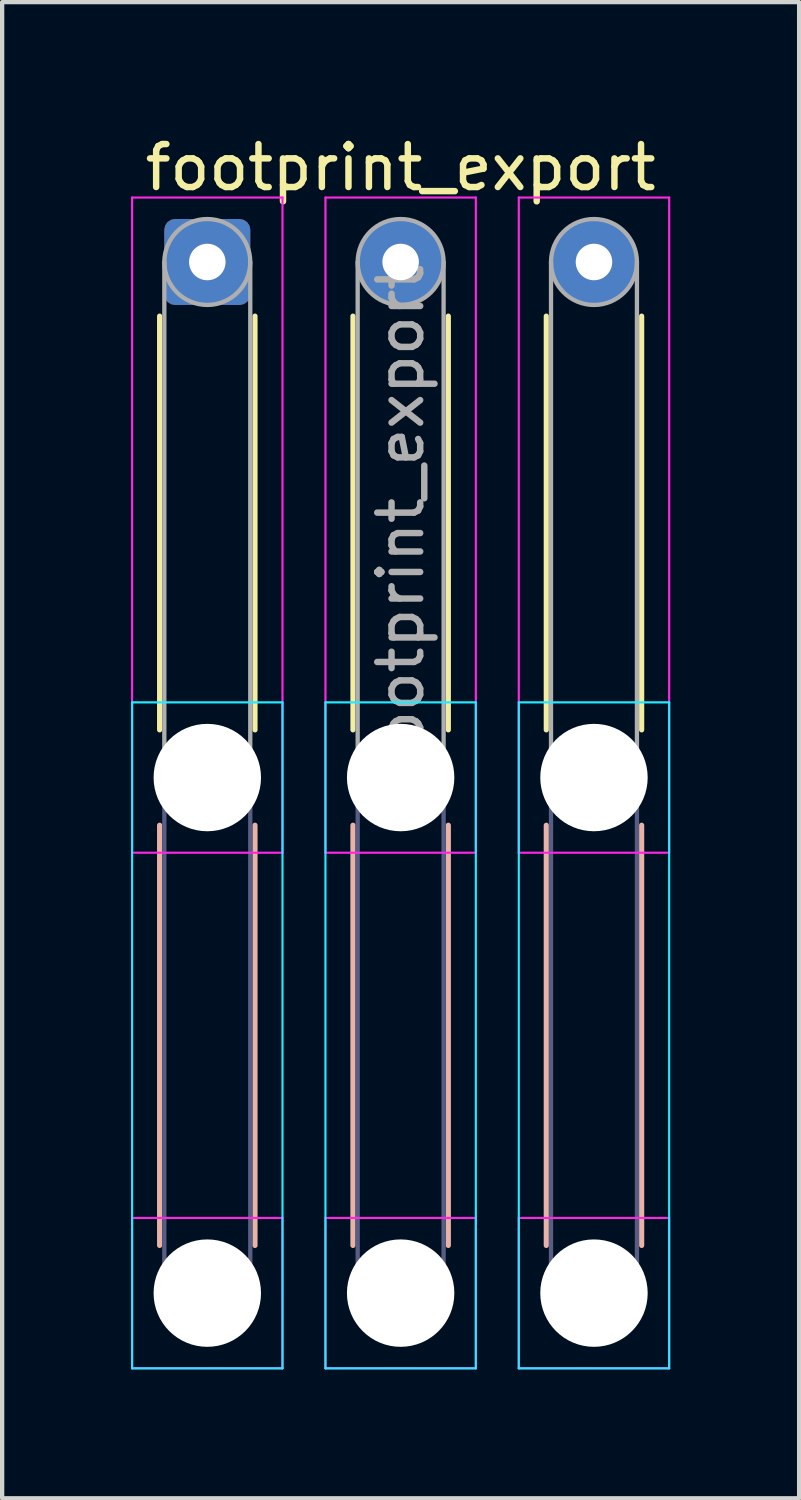
<source format=kicad_pcb>
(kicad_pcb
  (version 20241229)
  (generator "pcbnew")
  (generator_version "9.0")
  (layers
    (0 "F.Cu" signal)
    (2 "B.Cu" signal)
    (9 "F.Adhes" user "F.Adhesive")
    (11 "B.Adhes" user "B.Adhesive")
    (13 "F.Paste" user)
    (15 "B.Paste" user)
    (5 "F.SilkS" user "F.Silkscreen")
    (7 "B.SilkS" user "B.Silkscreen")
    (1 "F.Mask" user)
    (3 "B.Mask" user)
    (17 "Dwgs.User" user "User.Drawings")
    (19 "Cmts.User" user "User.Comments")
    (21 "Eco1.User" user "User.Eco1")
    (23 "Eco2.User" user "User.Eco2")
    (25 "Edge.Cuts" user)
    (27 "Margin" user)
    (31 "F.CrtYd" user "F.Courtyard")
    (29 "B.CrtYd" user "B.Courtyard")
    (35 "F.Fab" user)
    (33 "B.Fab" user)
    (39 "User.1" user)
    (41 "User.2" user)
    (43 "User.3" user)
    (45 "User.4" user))
  (footprint "footprint_export"
    (layer "F.Cu")
    (at 1.775 3.048)
    (property "Reference" "footprint_export" (at 4.5 -2.2 0) (layer "F.SilkS") (effects (font (size 1 1) (thickness 0.15))))
    (attr exclude_from_pos_files exclude_from_bom)
    (fp_line (start -1.11 1.26) (end -1.11 10.89) (stroke (width 0.12) (type solid)) (layer "F.SilkS"))
    (fp_line (start 1.11 1.26) (end 1.11 10.89) (stroke (width 0.12) (type solid)) (layer "F.SilkS"))
    (fp_line (start 3.39 1.26) (end 3.39 10.89) (stroke (width 0.12) (type solid)) (layer "F.SilkS"))
    (fp_line (start 5.61 1.26) (end 5.61 10.89) (stroke (width 0.12) (type solid)) (layer "F.SilkS"))
    (fp_line (start 7.89 1.26) (end 7.89 10.89) (stroke (width 0.12) (type solid)) (layer "F.SilkS"))
    (fp_line (start 10.11 1.26) (end 10.11 10.89) (stroke (width 0.12) (type solid)) (layer "F.SilkS"))
    (fp_line (start -1.11 13.11) (end -1.11 22.89) (stroke (width 0.12) (type solid)) (layer "B.SilkS"))
    (fp_line (start 1.11 13.11) (end 1.11 22.89) (stroke (width 0.12) (type solid)) (layer "B.SilkS"))
    (fp_line (start 3.39 13.11) (end 3.39 22.89) (stroke (width 0.12) (type solid)) (layer "B.SilkS"))
    (fp_line (start 5.61 13.11) (end 5.61 22.89) (stroke (width 0.12) (type solid)) (layer "B.SilkS"))
    (fp_line (start 7.89 13.11) (end 7.89 22.89) (stroke (width 0.12) (type solid)) (layer "B.SilkS"))
    (fp_line (start 10.11 13.11) (end 10.11 22.89) (stroke (width 0.12) (type solid)) (layer "B.SilkS"))
    (fp_line (start -1.75 10.25) (end -1.75 25.75) (stroke (width 0.05) (type solid)) (layer "B.CrtYd"))
    (fp_line (start -1.75 25.75) (end 1.75 25.75) (stroke (width 0.05) (type solid)) (layer "B.CrtYd"))
    (fp_line (start 1.75 10.25) (end -1.75 10.25) (stroke (width 0.05) (type solid)) (layer "B.CrtYd"))
    (fp_line (start 1.75 25.75) (end 1.75 10.25) (stroke (width 0.05) (type solid)) (layer "B.CrtYd"))
    (fp_line (start 2.75 10.25) (end 2.75 25.75) (stroke (width 0.05) (type solid)) (layer "B.CrtYd"))
    (fp_line (start 2.75 25.75) (end 6.25 25.75) (stroke (width 0.05) (type solid)) (layer "B.CrtYd"))
    (fp_line (start 6.25 10.25) (end 2.75 10.25) (stroke (width 0.05) (type solid)) (layer "B.CrtYd"))
    (fp_line (start 6.25 25.75) (end 6.25 10.25) (stroke (width 0.05) (type solid)) (layer "B.CrtYd"))
    (fp_line (start 7.25 10.25) (end 7.25 25.75) (stroke (width 0.05) (type solid)) (layer "B.CrtYd"))
    (fp_line (start 7.25 25.75) (end 10.75 25.75) (stroke (width 0.05) (type solid)) (layer "B.CrtYd"))
    (fp_line (start 10.75 10.25) (end 7.25 10.25) (stroke (width 0.05) (type solid)) (layer "B.CrtYd"))
    (fp_line (start 10.75 25.75) (end 10.75 10.25) (stroke (width 0.05) (type solid)) (layer "B.CrtYd"))
    (fp_line (start -1.75 -1.5) (end -1.75 13.75) (stroke (width 0.05) (type solid)) (layer "F.CrtYd"))
    (fp_line (start -1.75 13.75) (end 1.75 13.75) (stroke (width 0.05) (type solid)) (layer "F.CrtYd"))
    (fp_line (start -1.75 22.25) (end -1.75 25.75) (stroke (width 0.05) (type solid)) (layer "F.CrtYd"))
    (fp_line (start -1.75 25.75) (end 1.75 25.75) (stroke (width 0.05) (type solid)) (layer "F.CrtYd"))
    (fp_line (start 1.75 -1.5) (end -1.75 -1.5) (stroke (width 0.05) (type solid)) (layer "F.CrtYd"))
    (fp_line (start 1.75 13.75) (end 1.75 -1.5) (stroke (width 0.05) (type solid)) (layer "F.CrtYd"))
    (fp_line (start 1.75 22.25) (end -1.75 22.25) (stroke (width 0.05) (type solid)) (layer "F.CrtYd"))
    (fp_line (start 1.75 25.75) (end 1.75 22.25) (stroke (width 0.05) (type solid)) (layer "F.CrtYd"))
    (fp_line (start 2.75 -1.5) (end 2.75 13.75) (stroke (width 0.05) (type solid)) (layer "F.CrtYd"))
    (fp_line (start 2.75 13.75) (end 6.25 13.75) (stroke (width 0.05) (type solid)) (layer "F.CrtYd"))
    (fp_line (start 2.75 22.25) (end 2.75 25.75) (stroke (width 0.05) (type solid)) (layer "F.CrtYd"))
    (fp_line (start 2.75 25.75) (end 6.25 25.75) (stroke (width 0.05) (type solid)) (layer "F.CrtYd"))
    (fp_line (start 6.25 -1.5) (end 2.75 -1.5) (stroke (width 0.05) (type solid)) (layer "F.CrtYd"))
    (fp_line (start 6.25 13.75) (end 6.25 -1.5) (stroke (width 0.05) (type solid)) (layer "F.CrtYd"))
    (fp_line (start 6.25 22.25) (end 2.75 22.25) (stroke (width 0.05) (type solid)) (layer "F.CrtYd"))
    (fp_line (start 6.25 25.75) (end 6.25 22.25) (stroke (width 0.05) (type solid)) (layer "F.CrtYd"))
    (fp_line (start 7.25 -1.5) (end 7.25 13.75) (stroke (width 0.05) (type solid)) (layer "F.CrtYd"))
    (fp_line (start 7.25 13.75) (end 10.75 13.75) (stroke (width 0.05) (type solid)) (layer "F.CrtYd"))
    (fp_line (start 7.25 22.25) (end 7.25 25.75) (stroke (width 0.05) (type solid)) (layer "F.CrtYd"))
    (fp_line (start 7.25 25.75) (end 10.75 25.75) (stroke (width 0.05) (type solid)) (layer "F.CrtYd"))
    (fp_line (start 10.75 -1.5) (end 7.25 -1.5) (stroke (width 0.05) (type solid)) (layer "F.CrtYd"))
    (fp_line (start 10.75 13.75) (end 10.75 -1.5) (stroke (width 0.05) (type solid)) (layer "F.CrtYd"))
    (fp_line (start 10.75 22.25) (end 7.25 22.25) (stroke (width 0.05) (type solid)) (layer "F.CrtYd"))
    (fp_line (start 10.75 25.75) (end 10.75 22.25) (stroke (width 0.05) (type solid)) (layer "F.CrtYd"))
    (fp_line (start -1 12) (end -1 24) (stroke (width 0.1) (type solid)) (layer "B.Fab"))
    (fp_line (start 1 12) (end 1 24) (stroke (width 0.1) (type solid)) (layer "B.Fab"))
    (fp_line (start 3.5 12) (end 3.5 24) (stroke (width 0.1) (type solid)) (layer "B.Fab"))
    (fp_line (start 5.5 12) (end 5.5 24) (stroke (width 0.1) (type solid)) (layer "B.Fab"))
    (fp_line (start 8 12) (end 8 24) (stroke (width 0.1) (type solid)) (layer "B.Fab"))
    (fp_line (start 10 12) (end 10 24) (stroke (width 0.1) (type solid)) (layer "B.Fab"))
    (fp_circle (center 0 12) (end 1 12) (stroke (width 0.1) (type solid)) (fill no) (layer "B.Fab"))
    (fp_circle (center 0 24) (end 1 24) (stroke (width 0.1) (type solid)) (fill no) (layer "B.Fab"))
    (fp_circle (center 4.5 12) (end 5.5 12) (stroke (width 0.1) (type solid)) (fill no) (layer "B.Fab"))
    (fp_circle (center 4.5 24) (end 5.5 24) (stroke (width 0.1) (type solid)) (fill no) (layer "B.Fab"))
    (fp_circle (center 9 12) (end 10 12) (stroke (width 0.1) (type solid)) (fill no) (layer "B.Fab"))
    (fp_circle (center 9 24) (end 10 24) (stroke (width 0.1) (type solid)) (fill no) (layer "B.Fab"))
    (fp_line (start -1 0) (end -1 12) (stroke (width 0.1) (type solid)) (layer "F.Fab"))
    (fp_line (start 1 0) (end 1 12) (stroke (width 0.1) (type solid)) (layer "F.Fab"))
    (fp_line (start 3.5 0) (end 3.5 12) (stroke (width 0.1) (type solid)) (layer "F.Fab"))
    (fp_line (start 5.5 0) (end 5.5 12) (stroke (width 0.1) (type solid)) (layer "F.Fab"))
    (fp_line (start 8 0) (end 8 12) (stroke (width 0.1) (type solid)) (layer "F.Fab"))
    (fp_line (start 10 0) (end 10 12) (stroke (width 0.1) (type solid)) (layer "F.Fab"))
    (fp_circle (center 0 0) (end 1 0) (stroke (width 0.1) (type solid)) (fill no) (layer "F.Fab"))
    (fp_circle (center 0 12) (end 1 12) (stroke (width 0.1) (type solid)) (fill no) (layer "F.Fab"))
    (fp_circle (center 0 24) (end 1 24) (stroke (width 0.1) (type solid)) (fill no) (layer "F.Fab"))
    (fp_circle (center 4.5 0) (end 5.5 0) (stroke (width 0.1) (type solid)) (fill no) (layer "F.Fab"))
    (fp_circle (center 4.5 12) (end 5.5 12) (stroke (width 0.1) (type solid)) (fill no) (layer "F.Fab"))
    (fp_circle (center 4.5 24) (end 5.5 24) (stroke (width 0.1) (type solid)) (fill no) (layer "F.Fab"))
    (fp_circle (center 9 0) (end 10 0) (stroke (width 0.1) (type solid)) (fill no) (layer "F.Fab"))
    (fp_circle (center 9 12) (end 10 12) (stroke (width 0.1) (type solid)) (fill no) (layer "F.Fab"))
    (fp_circle (center 9 24) (end 10 24) (stroke (width 0.1) (type solid)) (fill no) (layer "F.Fab"))
    (fp_text user "${REFERENCE}" (at 4.5 6 90) (layer "F.Fab") (effects (font (size 1 1) (thickness 0.15))))
    (pad "" np_thru_hole circle (at 0 12) (size 2.5 2.5) (drill 2.5) (layers "*.Cu" "*.Mask"))
    (pad "" np_thru_hole circle (at 0 24) (size 2.5 2.5) (drill 2.5) (layers "*.Cu" "*.Mask"))
    (pad "" np_thru_hole circle (at 4.5 12) (size 2.5 2.5) (drill 2.5) (layers "*.Cu" "*.Mask"))
    (pad "" np_thru_hole circle (at 4.5 24) (size 2.5 2.5) (drill 2.5) (layers "*.Cu" "*.Mask"))
    (pad "" np_thru_hole circle (at 9 12) (size 2.5 2.5) (drill 2.5) (layers "*.Cu" "*.Mask"))
    (pad "" np_thru_hole circle (at 9 24) (size 2.5 2.5) (drill 2.5) (layers "*.Cu" "*.Mask"))
    (pad "1" thru_hole roundrect (at 0 0) (size 2 2) (drill 0.85) (layers "*.Cu" "*.Mask") (roundrect_rratio 0.125))
    (pad "2" thru_hole circle (at 4.5 0) (size 2 2) (drill 0.85) (layers "*.Cu" "*.Mask"))
    (pad "3" thru_hole circle (at 9 0) (size 2 2) (drill 0.85) (layers "*.Cu" "*.Mask")))
  (gr_rect
    (start -3 -3)
    (end 15.55 31.823)
    (stroke (width 0.1) (type default))
    (fill no)
    (layer "Edge.Cuts")))
</source>
